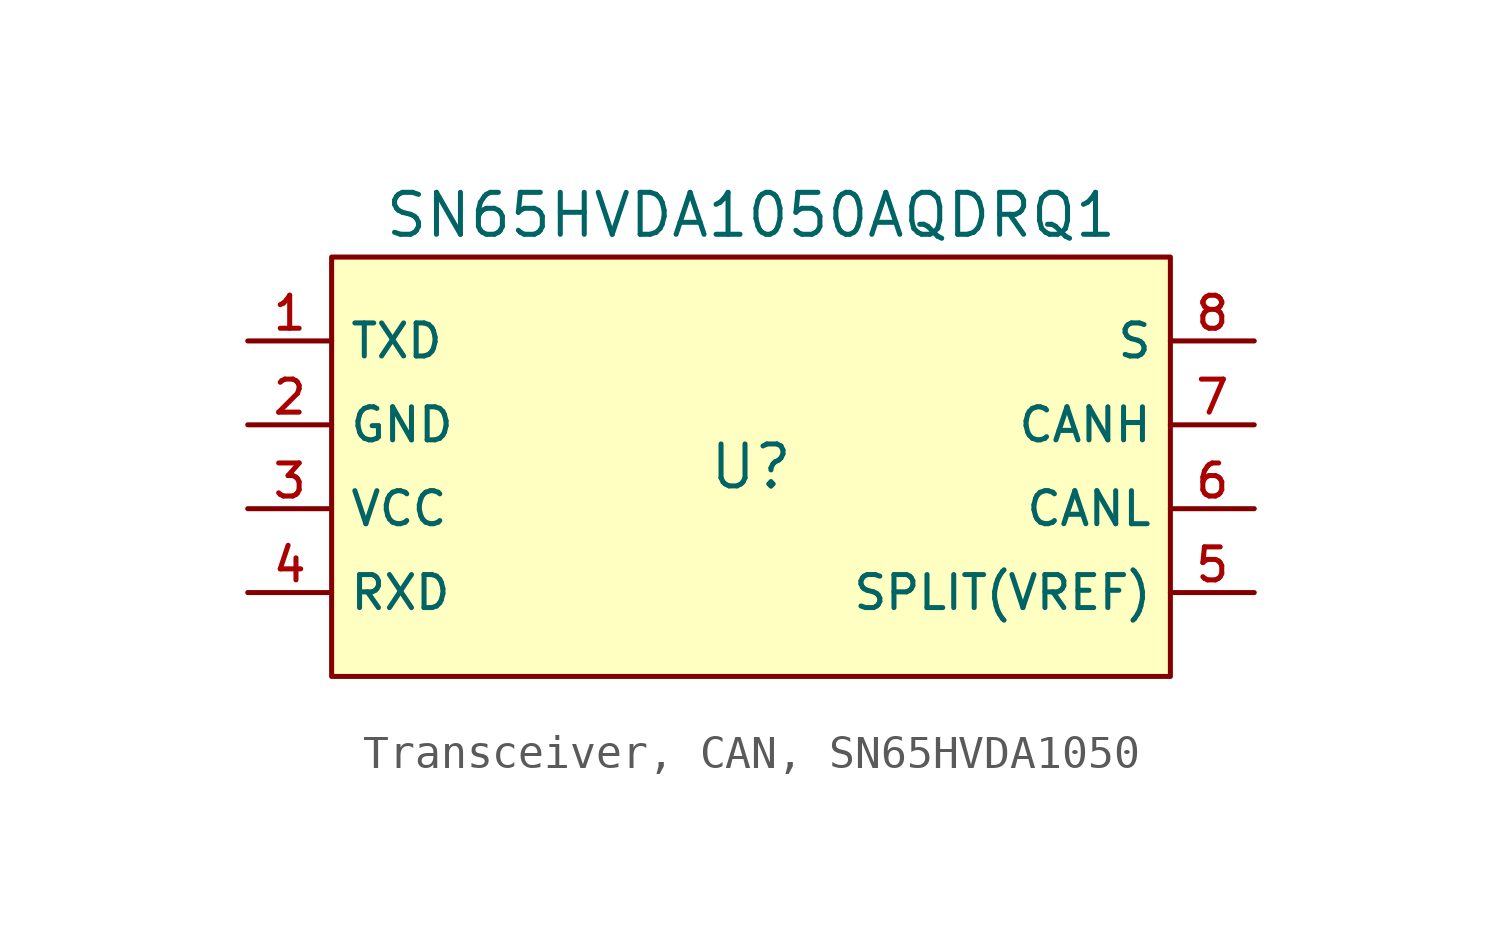
<source format=kicad_sym>
(kicad_symbol_lib
  (version 20231120)
  (generator "CDFER_Archive_Tool")
  (generator_version "0.0")
  (symbol "Transceiver, CAN, SN65HVDA1050"
    (property "Reference" "U"
      (at 0 1.27 0)
      (effects (font (size 1.27 1.27))))
    (property "Value" "SN65HVDA1050AQDRQ1"
      (at 0 8.89 0)
      (effects (font (size 1.27 1.27))))
    (symbol "Transceiver, CAN, SN65HVDA1050_0_1"
      (rectangle (start -12.7 7.62) (end 12.7 -5.08) (stroke (width 0) (type default)) (fill (type background)))
      (pin unspecified line (at -15.24 5.08 0) (length 2.54) (name "TXD" (effects (font (size 1 1)))) (number "1" (effects (font (size 1 1)))))
      (pin unspecified line (at -15.24 2.54 0) (length 2.54) (name "GND" (effects (font (size 1 1)))) (number "2" (effects (font (size 1 1)))))
      (pin unspecified line (at -15.24 0 0) (length 2.54) (name "VCC" (effects (font (size 1 1)))) (number "3" (effects (font (size 1 1)))))
      (pin unspecified line (at -15.24 -2.54 0) (length 2.54) (name "RXD" (effects (font (size 1 1)))) (number "4" (effects (font (size 1 1)))))
      (pin unspecified line (at 15.24 -2.54 180) (length 2.54) (name "SPLIT(VREF)" (effects (font (size 1 1)))) (number "5" (effects (font (size 1 1)))))
      (pin unspecified line (at 15.24 0 180) (length 2.54) (name "CANL" (effects (font (size 1 1)))) (number "6" (effects (font (size 1 1)))))
      (pin unspecified line (at 15.24 2.54 180) (length 2.54) (name "CANH" (effects (font (size 1 1)))) (number "7" (effects (font (size 1 1)))))
      (pin unspecified line (at 15.24 5.08 180) (length 2.54) (name "S" (effects (font (size 1 1)))) (number "8" (effects (font (size 1 1))))))))
</source>
